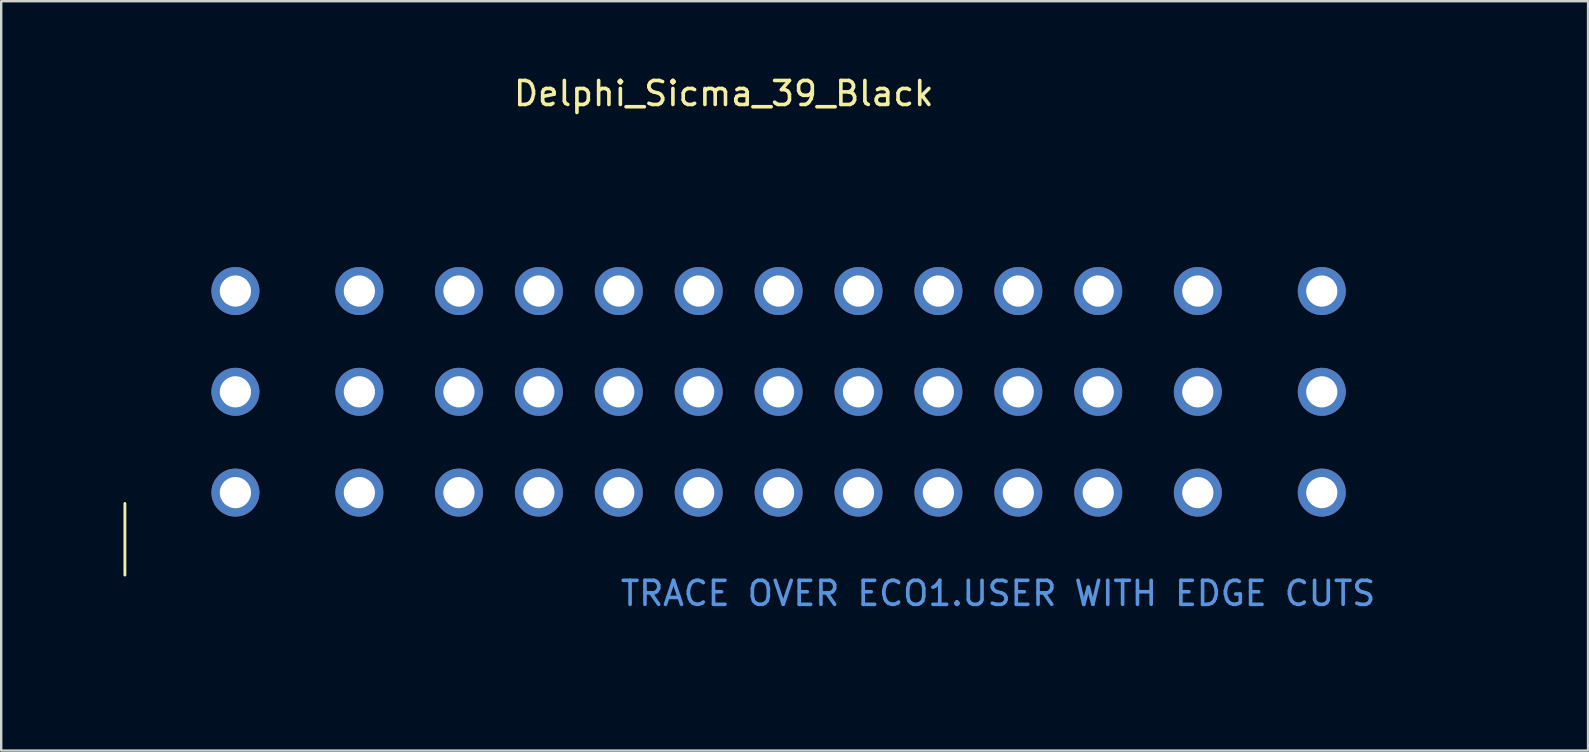
<source format=kicad_pcb>
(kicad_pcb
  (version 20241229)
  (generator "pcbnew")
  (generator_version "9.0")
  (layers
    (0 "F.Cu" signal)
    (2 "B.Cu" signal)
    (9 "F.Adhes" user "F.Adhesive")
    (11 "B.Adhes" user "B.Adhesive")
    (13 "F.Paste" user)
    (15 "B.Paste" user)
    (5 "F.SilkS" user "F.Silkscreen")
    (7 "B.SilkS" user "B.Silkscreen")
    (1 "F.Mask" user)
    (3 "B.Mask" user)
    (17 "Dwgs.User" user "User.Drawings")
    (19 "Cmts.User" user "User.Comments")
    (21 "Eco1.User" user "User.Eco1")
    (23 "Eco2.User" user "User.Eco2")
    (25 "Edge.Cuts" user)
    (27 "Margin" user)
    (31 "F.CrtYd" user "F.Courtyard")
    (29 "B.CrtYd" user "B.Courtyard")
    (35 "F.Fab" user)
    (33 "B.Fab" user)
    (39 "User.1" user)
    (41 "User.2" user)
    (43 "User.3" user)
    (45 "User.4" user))
  (footprint "Delphi_Sicma_39_Black"
    (layer "F.Cu")
    (at 38.541 24.978)
    (property "Reference" "Delphi_Sicma_39_Black" (at -11.43 -24.13 0) (layer "F.SilkS") (effects (font (size 1 1) (thickness 0.15))))
    (attr through_hole)
    (fp_line (start -36.386 -7.048) (end -36.386 -4.064) (stroke (width 0.12) (type solid)) (layer "F.SilkS"))
    (fp_line (start -38.481 -12.418) (end -38.481 -7.418) (stroke (width 0.12) (type solid)) (layer "Eco1.User"))
    (fp_line (start -38.481 -7.418) (end -36.282 -7.418) (stroke (width 0.12) (type solid)) (layer "Eco1.User"))
    (fp_line (start -36.282 -12.418) (end -38.481 -12.418) (stroke (width 0.12) (type solid)) (layer "Eco1.User"))
    (fp_line (start -36.282 -7.418) (end -36.282 -12.418) (stroke (width 0.12) (type solid)) (layer "Eco1.User"))
    (fp_line (start -21.4 0) (end -17 0) (stroke (width 0.12) (type solid)) (layer "Eco1.User"))
    (fp_line (start -17 -2.2) (end -17 0) (stroke (width 0.12) (type solid)) (layer "Eco1.User"))
    (fp_line (start -15 -2.2) (end -17 -2.2) (stroke (width 0.12) (type solid)) (layer "Eco1.User"))
    (fp_line (start -15 0) (end -15 -2.2) (stroke (width 0.12) (type solid)) (layer "Eco1.User"))
    (fp_line (start -15 0) (end 21.4 0) (stroke (width 0.12) (type solid)) (layer "Eco1.User"))
    (fp_line (start 19.327 -11.235) (end 19.327 -7.735) (stroke (width 0.12) (type solid)) (layer "Eco1.User"))
    (fp_line (start 19.327 -7.735) (end 21.527 -7.735) (stroke (width 0.12) (type solid)) (layer "Eco1.User"))
    (fp_line (start 21.527 -11.235) (end 19.327 -11.235) (stroke (width 0.12) (type solid)) (layer "Eco1.User"))
    (fp_line (start 21.527 -7.735) (end 21.527 -11.235) (stroke (width 0.12) (type solid)) (layer "Eco1.User"))
    (fp_text user "TRACE OVER ECO1.USER WITH EDGE CUTS" (at 0 -3.3 0) (layer "Cmts.User") (effects (font (size 1 1) (thickness 0.15))))
    (pad "A1" thru_hole circle (at 13.491 -15.9) (size 2 2) (drill 1.3) (layers "*.Cu" "*.Mask"))
    (pad "A2" thru_hole circle (at 8.325 -15.9) (size 2 2) (drill 1.3) (layers "*.Cu" "*.Mask"))
    (pad "A3" thru_hole circle (at 4.175 -15.9) (size 2 2) (drill 1.3) (layers "*.Cu" "*.Mask"))
    (pad "A4" thru_hole circle (at 0.845 -15.9) (size 2 2) (drill 1.3) (layers "*.Cu" "*.Mask"))
    (pad "A5" thru_hole circle (at -2.485 -15.9) (size 2 2) (drill 1.3) (layers "*.Cu" "*.Mask"))
    (pad "A6" thru_hole circle (at -5.815 -15.9) (size 2 2) (drill 1.3) (layers "*.Cu" "*.Mask"))
    (pad "A7" thru_hole circle (at -9.145 -15.9) (size 2 2) (drill 1.3) (layers "*.Cu" "*.Mask"))
    (pad "A8" thru_hole circle (at -12.475 -15.9) (size 2 2) (drill 1.3) (layers "*.Cu" "*.Mask"))
    (pad "A9" thru_hole circle (at -15.805 -15.9) (size 2 2) (drill 1.3) (layers "*.Cu" "*.Mask"))
    (pad "A10" thru_hole circle (at -19.135 -15.9) (size 2 2) (drill 1.3) (layers "*.Cu" "*.Mask"))
    (pad "A11" thru_hole circle (at -22.465 -15.9) (size 2 2) (drill 1.3) (layers "*.Cu" "*.Mask"))
    (pad "A12" thru_hole circle (at -26.615 -15.9) (size 2 2) (drill 1.3) (layers "*.Cu" "*.Mask"))
    (pad "A13" thru_hole circle (at -31.781 -15.9) (size 2 2) (drill 1.3) (layers "*.Cu" "*.Mask"))
    (pad "B1" thru_hole circle (at 13.491 -11.7) (size 2 2) (drill 1.3) (layers "*.Cu" "*.Mask"))
    (pad "B2" thru_hole circle (at 8.325 -11.7) (size 2 2) (drill 1.3) (layers "*.Cu" "*.Mask"))
    (pad "B3" thru_hole circle (at 4.175 -11.7) (size 2 2) (drill 1.3) (layers "*.Cu" "*.Mask"))
    (pad "B4" thru_hole circle (at 0.845 -11.7) (size 2 2) (drill 1.3) (layers "*.Cu" "*.Mask"))
    (pad "B5" thru_hole circle (at -2.485 -11.7) (size 2 2) (drill 1.3) (layers "*.Cu" "*.Mask"))
    (pad "B6" thru_hole circle (at -5.815 -11.7) (size 2 2) (drill 1.3) (layers "*.Cu" "*.Mask"))
    (pad "B7" thru_hole circle (at -9.145 -11.7) (size 2 2) (drill 1.3) (layers "*.Cu" "*.Mask"))
    (pad "B8" thru_hole circle (at -12.475 -11.7) (size 2 2) (drill 1.3) (layers "*.Cu" "*.Mask"))
    (pad "B9" thru_hole circle (at -15.805 -11.7) (size 2 2) (drill 1.3) (layers "*.Cu" "*.Mask"))
    (pad "B10" thru_hole circle (at -19.135 -11.7) (size 2 2) (drill 1.3) (layers "*.Cu" "*.Mask"))
    (pad "B11" thru_hole circle (at -22.465 -11.7) (size 2 2) (drill 1.3) (layers "*.Cu" "*.Mask"))
    (pad "B12" thru_hole circle (at -26.615 -11.7) (size 2 2) (drill 1.3) (layers "*.Cu" "*.Mask"))
    (pad "B13" thru_hole circle (at -31.781 -11.7) (size 2 2) (drill 1.3) (layers "*.Cu" "*.Mask"))
    (pad "C1" thru_hole circle (at 13.491 -7.5) (size 2 2) (drill 1.3) (layers "*.Cu" "*.Mask"))
    (pad "C2" thru_hole circle (at 8.325 -7.5) (size 2 2) (drill 1.3) (layers "*.Cu" "*.Mask"))
    (pad "C3" thru_hole circle (at 4.175 -7.5) (size 2 2) (drill 1.3) (layers "*.Cu" "*.Mask"))
    (pad "C4" thru_hole circle (at 0.845 -7.5) (size 2 2) (drill 1.3) (layers "*.Cu" "*.Mask"))
    (pad "C5" thru_hole circle (at -2.485 -7.5) (size 2 2) (drill 1.3) (layers "*.Cu" "*.Mask"))
    (pad "C6" thru_hole circle (at -5.815 -7.5) (size 2 2) (drill 1.3) (layers "*.Cu" "*.Mask"))
    (pad "C7" thru_hole circle (at -9.145 -7.5) (size 2 2) (drill 1.3) (layers "*.Cu" "*.Mask"))
    (pad "C8" thru_hole circle (at -12.475 -7.5) (size 2 2) (drill 1.3) (layers "*.Cu" "*.Mask"))
    (pad "C9" thru_hole circle (at -15.805 -7.5) (size 2 2) (drill 1.3) (layers "*.Cu" "*.Mask"))
    (pad "C10" thru_hole circle (at -19.135 -7.5) (size 2 2) (drill 1.3) (layers "*.Cu" "*.Mask"))
    (pad "C11" thru_hole circle (at -22.465 -7.5) (size 2 2) (drill 1.3) (layers "*.Cu" "*.Mask"))
    (pad "C12" thru_hole circle (at -26.615 -7.5) (size 2 2) (drill 1.3) (layers "*.Cu" "*.Mask"))
    (pad "C13" thru_hole circle (at -31.781 -7.5) (size 2 2) (drill 1.3) (layers "*.Cu" "*.Mask")))
  (gr_rect
    (start -3 -3)
    (end 63.129 28.228)
    (stroke (width 0.1) (type default))
    (fill no)
    (layer "Edge.Cuts")))
</source>
